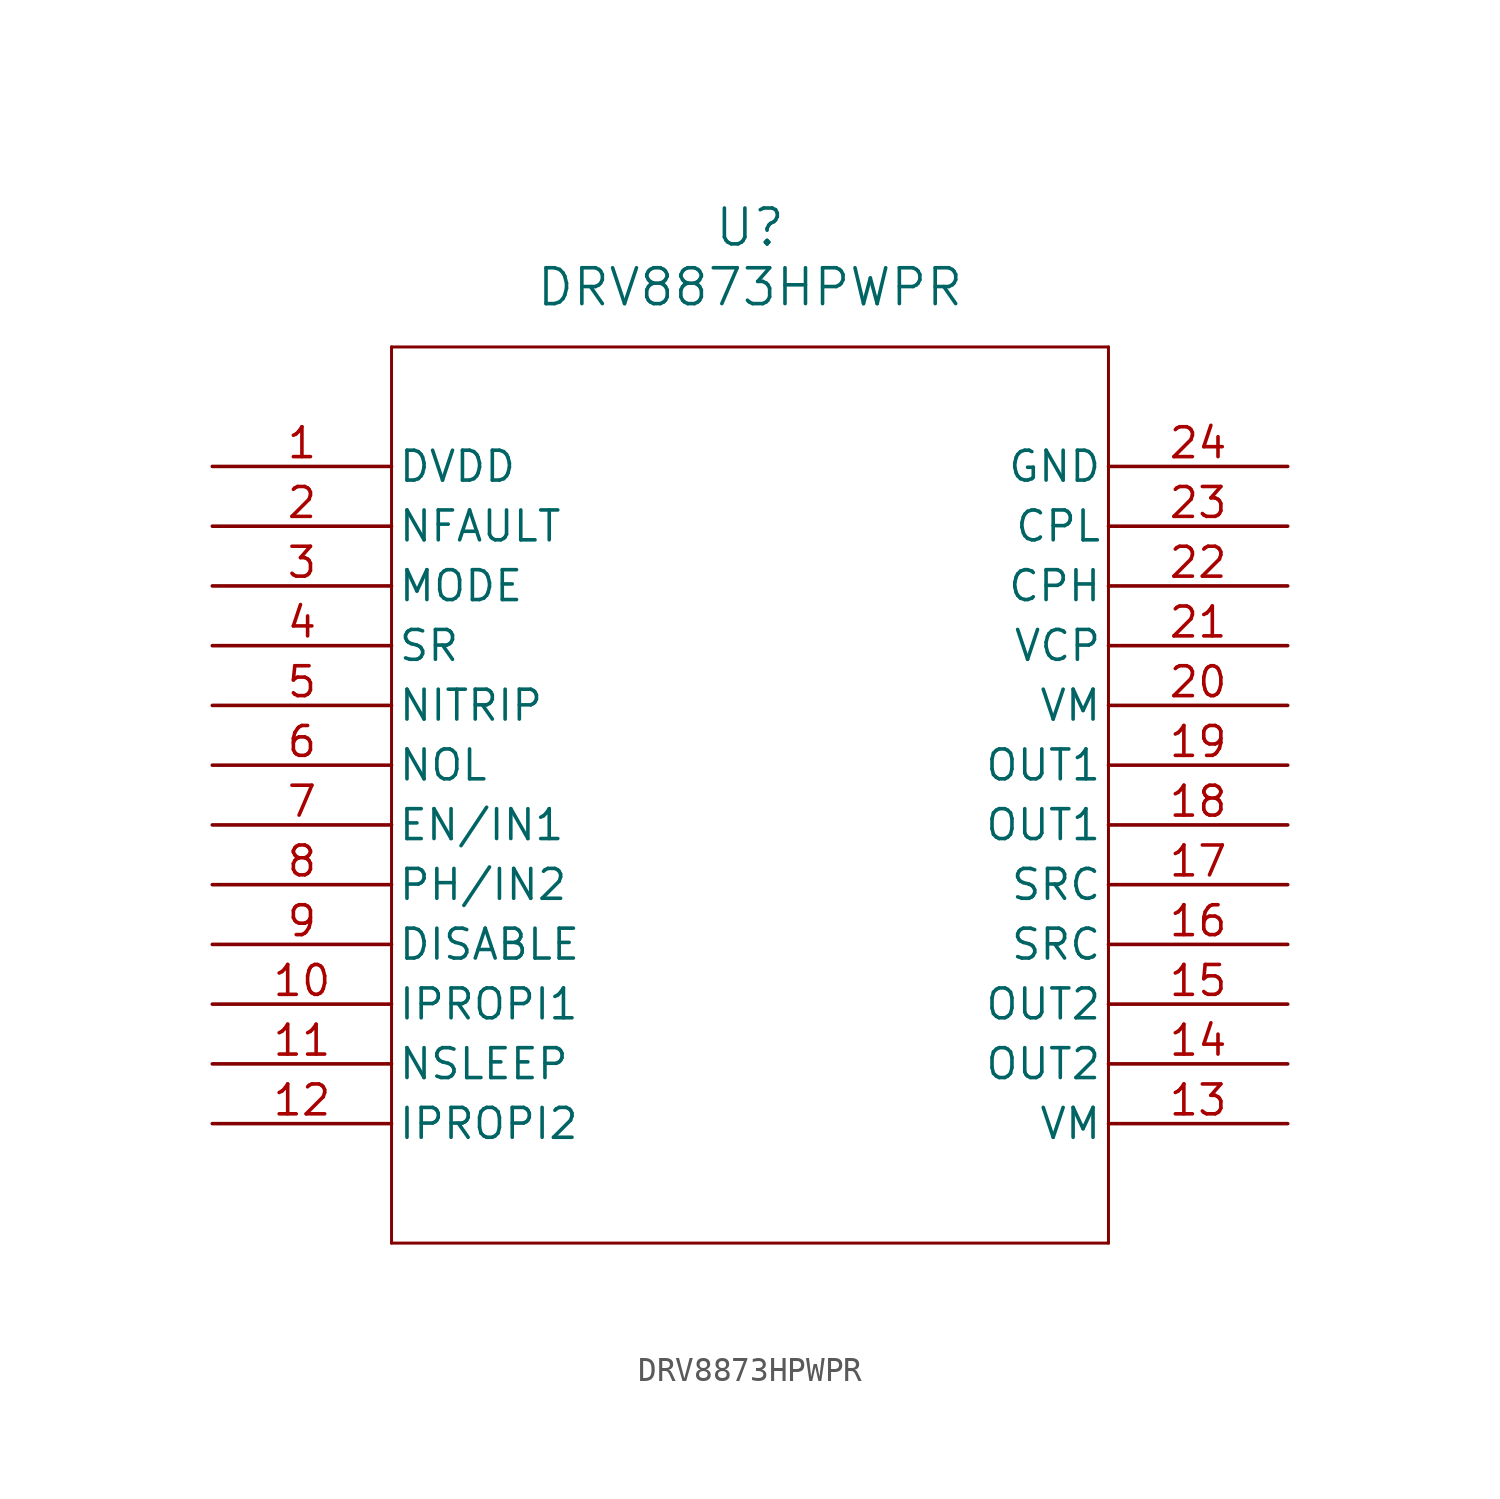
<source format=kicad_sym>
(kicad_symbol_lib
  (version 20211014)
  (generator kicad_symbol_editor)
  (symbol "DRV8873HPWPR"
    (pin_names
      (offset 0.254))
    (property "Reference" "U"
      (at 22.86 10.16 0)
      (effects (font (size 1.524 1.524))))
    (property "Value" "DRV8873HPWPR"
      (at 22.86 7.62 0)
      (effects (font (size 1.524 1.524))))
    (symbol "DRV8873HPWPR_0_1"
      (polyline (pts (xy 7.62 5.08) (xy 7.62 -33.02)) (stroke (width 0.127) (type default) (color 0 0 0 0)) (fill (type none)))
      (polyline (pts (xy 7.62 -33.02) (xy 38.1 -33.02)) (stroke (width 0.127) (type default) (color 0 0 0 0)) (fill (type none)))
      (polyline (pts (xy 38.1 -33.02) (xy 38.1 5.08)) (stroke (width 0.127) (type default) (color 0 0 0 0)) (fill (type none)))
      (polyline (pts (xy 38.1 5.08) (xy 7.62 5.08)) (stroke (width 0.127) (type default) (color 0 0 0 0)) (fill (type none)))
      (pin power_in line (at 0 0 0) (length 7.62) (name "DVDD" (effects (font (size 1.27 1.27)))) (number "1" (effects (font (size 1.27 1.27)))))
      (pin output line (at 0 -2.54 0) (length 7.62) (name "NFAULT" (effects (font (size 1.27 1.27)))) (number "2" (effects (font (size 1.27 1.27)))))
      (pin input line (at 0 -5.08 0) (length 7.62) (name "MODE" (effects (font (size 1.27 1.27)))) (number "3" (effects (font (size 1.27 1.27)))))
      (pin input line (at 0 -7.62 0) (length 7.62) (name "SR" (effects (font (size 1.27 1.27)))) (number "4" (effects (font (size 1.27 1.27)))))
      (pin input line (at 0 -10.16 0) (length 7.62) (name "NITRIP" (effects (font (size 1.27 1.27)))) (number "5" (effects (font (size 1.27 1.27)))))
      (pin input line (at 0 -12.7 0) (length 7.62) (name "NOL" (effects (font (size 1.27 1.27)))) (number "6" (effects (font (size 1.27 1.27)))))
      (pin input line (at 0 -15.24 0) (length 7.62) (name "EN/IN1" (effects (font (size 1.27 1.27)))) (number "7" (effects (font (size 1.27 1.27)))))
      (pin input line (at 0 -17.78 0) (length 7.62) (name "PH/IN2" (effects (font (size 1.27 1.27)))) (number "8" (effects (font (size 1.27 1.27)))))
      (pin input line (at 0 -20.32 0) (length 7.62) (name "DISABLE" (effects (font (size 1.27 1.27)))) (number "9" (effects (font (size 1.27 1.27)))))
      (pin output line (at 0 -22.86 0) (length 7.62) (name "IPROPI1" (effects (font (size 1.27 1.27)))) (number "10" (effects (font (size 1.27 1.27)))))
      (pin input line (at 0 -25.4 0) (length 7.62) (name "NSLEEP" (effects (font (size 1.27 1.27)))) (number "11" (effects (font (size 1.27 1.27)))))
      (pin output line (at 0 -27.94 0) (length 7.62) (name "IPROPI2" (effects (font (size 1.27 1.27)))) (number "12" (effects (font (size 1.27 1.27)))))
      (pin power_in line (at 45.72 -27.94 180) (length 7.62) (name "VM" (effects (font (size 1.27 1.27)))) (number "13" (effects (font (size 1.27 1.27)))))
      (pin output line (at 45.72 -25.4 180) (length 7.62) (name "OUT2" (effects (font (size 1.27 1.27)))) (number "14" (effects (font (size 1.27 1.27)))))
      (pin output line (at 45.72 -22.86 180) (length 7.62) (name "OUT2" (effects (font (size 1.27 1.27)))) (number "15" (effects (font (size 1.27 1.27)))))
      (pin output line (at 45.72 -20.32 180) (length 7.62) (name "SRC" (effects (font (size 1.27 1.27)))) (number "16" (effects (font (size 1.27 1.27)))))
      (pin output line (at 45.72 -17.78 180) (length 7.62) (name "SRC" (effects (font (size 1.27 1.27)))) (number "17" (effects (font (size 1.27 1.27)))))
      (pin output line (at 45.72 -15.24 180) (length 7.62) (name "OUT1" (effects (font (size 1.27 1.27)))) (number "18" (effects (font (size 1.27 1.27)))))
      (pin output line (at 45.72 -12.7 180) (length 7.62) (name "OUT1" (effects (font (size 1.27 1.27)))) (number "19" (effects (font (size 1.27 1.27)))))
      (pin power_in line (at 45.72 -10.16 180) (length 7.62) (name "VM" (effects (font (size 1.27 1.27)))) (number "20" (effects (font (size 1.27 1.27)))))
      (pin power_in line (at 45.72 -7.62 180) (length 7.62) (name "VCP" (effects (font (size 1.27 1.27)))) (number "21" (effects (font (size 1.27 1.27)))))
      (pin unspecified line (at 45.72 -5.08 180) (length 7.62) (name "CPH" (effects (font (size 1.27 1.27)))) (number "22" (effects (font (size 1.27 1.27)))))
      (pin unspecified line (at 45.72 -2.54 180) (length 7.62) (name "CPL" (effects (font (size 1.27 1.27)))) (number "23" (effects (font (size 1.27 1.27)))))
      (pin power_in line (at 45.72 0 180) (length 7.62) (name "GND" (effects (font (size 1.27 1.27)))) (number "24" (effects (font (size 1.27 1.27))))))))
</source>
